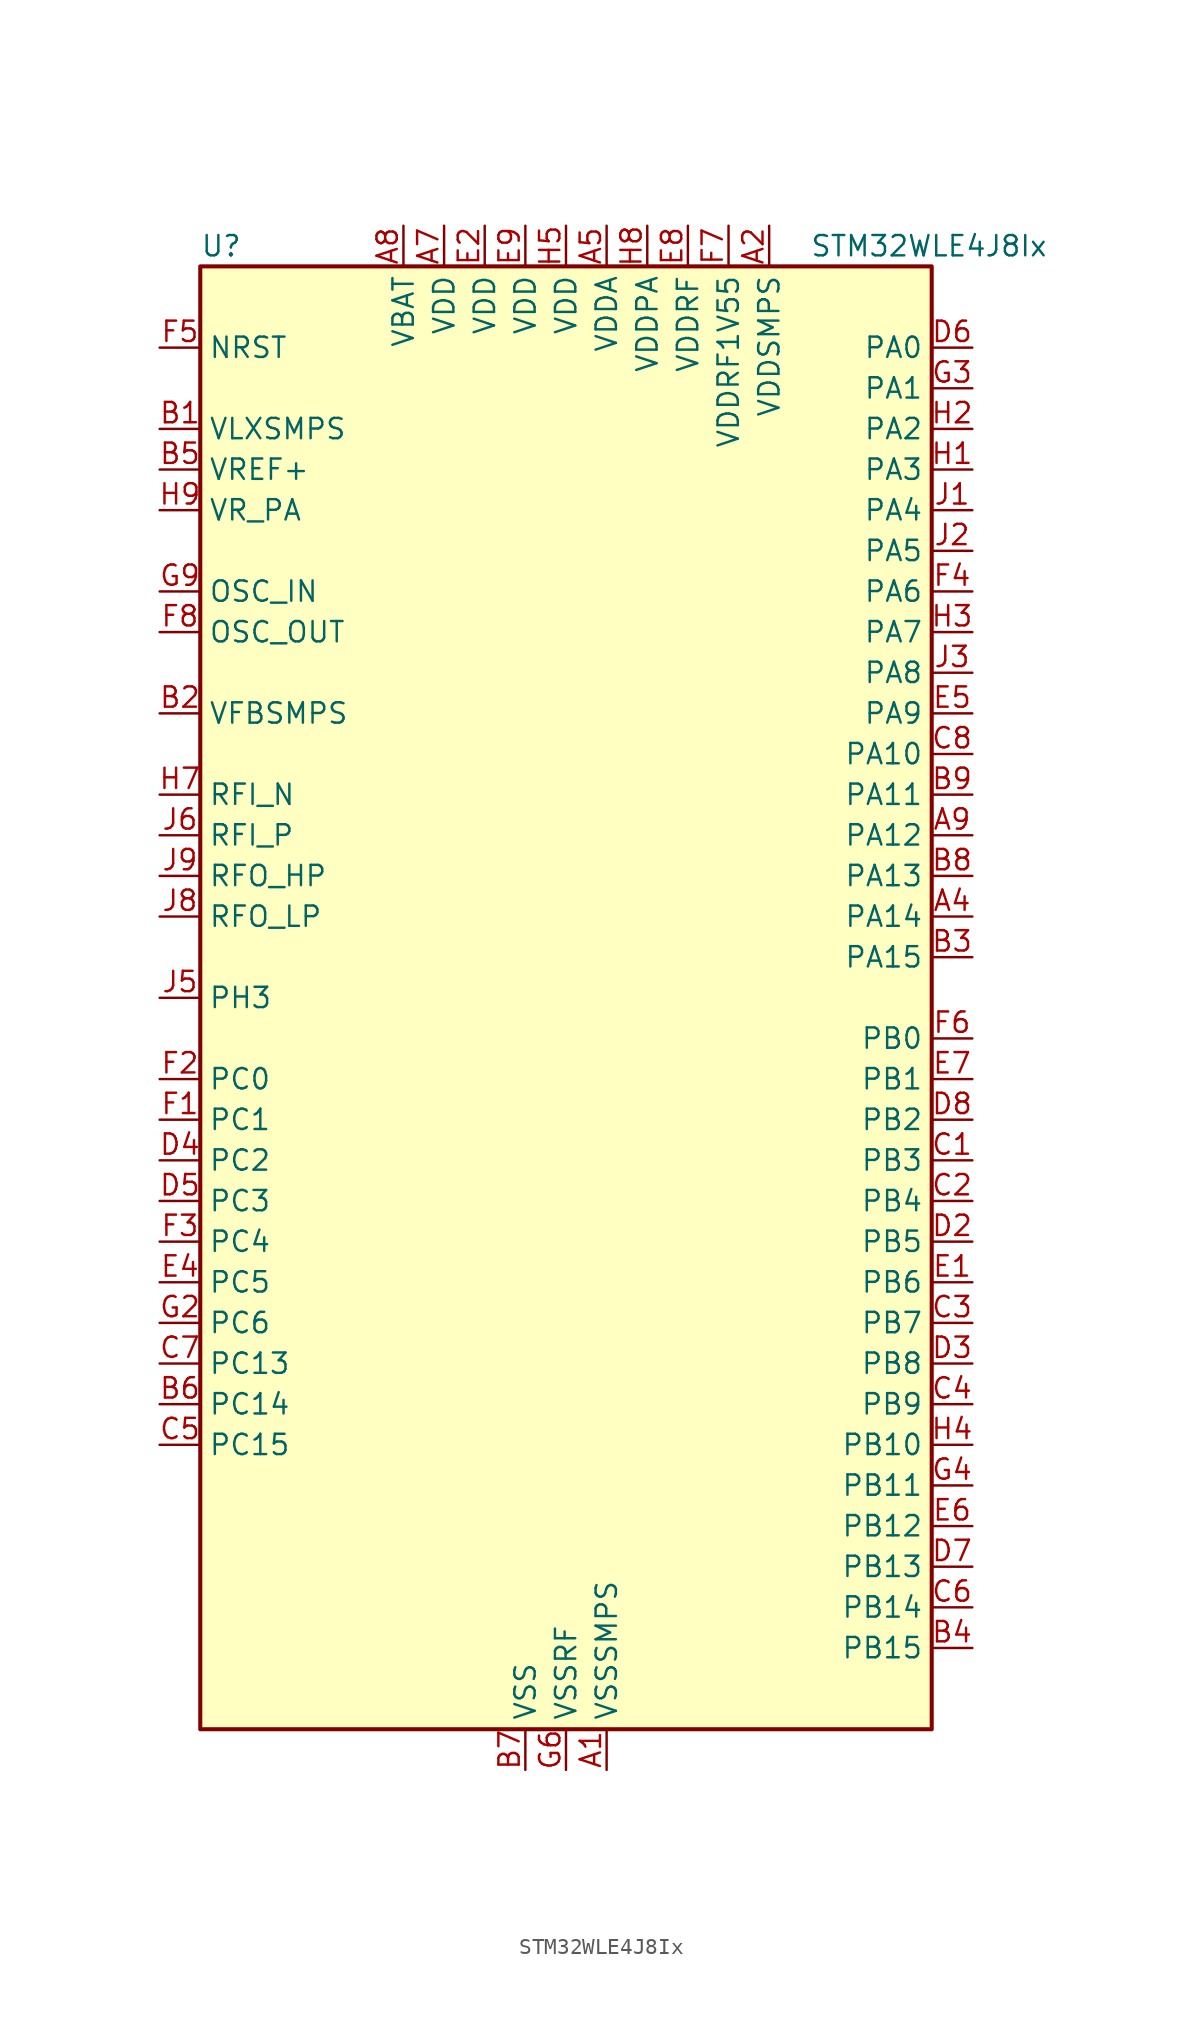
<source format=kicad_sym>
(kicad_symbol_lib
  (version 20241209)
  (generator "kicad_symbol_editor")
  (generator_version "9.0")
  (symbol "STM32WLE4J8Ix"
    (property "Reference" "U"
      (at -22.86 46.99 0)
      (effects (font (size 1.27 1.27)) (justify left)))
    (property "Value" "STM32WLE4J8Ix"
      (at 15.24 46.99 0)
      (effects (font (size 1.27 1.27)) (justify left)))
    (symbol "STM32WLE4J8Ix_0_1"
      (rectangle (start -22.86 -45.72) (end 22.86 45.72) (stroke (width 0.254) (type default)) (fill (type background))))
    (symbol "STM32WLE4J8Ix_1_1"
      (pin input line (at -25.4 40.64 0) (length 2.54) (name "NRST" (effects (font (size 1.27 1.27)))) (number "F5" (effects (font (size 1.27 1.27)))))
      (pin power_in line (at -25.4 35.56 0) (length 2.54) (name "VLXSMPS" (effects (font (size 1.27 1.27)))) (number "B1" (effects (font (size 1.27 1.27)))))
      (pin input line (at -25.4 33.02 0) (length 2.54) (name "VREF+" (effects (font (size 1.27 1.27)))) (number "B5" (effects (font (size 1.27 1.27)))) (alternate "VREFBUF_OUT" bidirectional line))
      (pin power_in line (at -25.4 30.48 0) (length 2.54) (name "VR_PA" (effects (font (size 1.27 1.27)))) (number "H9" (effects (font (size 1.27 1.27)))))
      (pin input line (at -25.4 25.4 0) (length 2.54) (name "OSC_IN" (effects (font (size 1.27 1.27)))) (number "G9" (effects (font (size 1.27 1.27)))) (alternate "RCC_OSC_IN" bidirectional line))
      (pin input line (at -25.4 22.86 0) (length 2.54) (name "OSC_OUT" (effects (font (size 1.27 1.27)))) (number "F8" (effects (font (size 1.27 1.27)))) (alternate "RCC_OSC_OUT" bidirectional line))
      (pin input line (at -25.4 17.78 0) (length 2.54) (name "VFBSMPS" (effects (font (size 1.27 1.27)))) (number "B2" (effects (font (size 1.27 1.27)))))
      (pin bidirectional line (at -25.4 12.7 0) (length 2.54) (name "RFI_N" (effects (font (size 1.27 1.27)))) (number "H7" (effects (font (size 1.27 1.27)))))
      (pin bidirectional line (at -25.4 10.16 0) (length 2.54) (name "RFI_P" (effects (font (size 1.27 1.27)))) (number "J6" (effects (font (size 1.27 1.27)))))
      (pin bidirectional line (at -25.4 7.62 0) (length 2.54) (name "RFO_HP" (effects (font (size 1.27 1.27)))) (number "J9" (effects (font (size 1.27 1.27)))))
      (pin bidirectional line (at -25.4 5.08 0) (length 2.54) (name "RFO_LP" (effects (font (size 1.27 1.27)))) (number "J8" (effects (font (size 1.27 1.27)))))
      (pin bidirectional line (at -25.4 0 0) (length 2.54) (name "PH3" (effects (font (size 1.27 1.27)))) (number "J5" (effects (font (size 1.27 1.27)))))
      (pin bidirectional line (at -25.4 -5.08 0) (length 2.54) (name "PC0" (effects (font (size 1.27 1.27)))) (number "F2" (effects (font (size 1.27 1.27)))) (alternate "I2C3_SCL" bidirectional line) (alternate "LPTIM1_IN1" bidirectional line) (alternate "LPTIM2_IN1" bidirectional line) (alternate "LPUART1_RX" bidirectional line))
      (pin bidirectional line (at -25.4 -7.62 0) (length 2.54) (name "PC1" (effects (font (size 1.27 1.27)))) (number "F1" (effects (font (size 1.27 1.27)))) (alternate "I2C3_SDA" bidirectional line) (alternate "I2S2_SD" bidirectional line) (alternate "LPTIM1_OUT" bidirectional line) (alternate "LPUART1_TX" bidirectional line) (alternate "SPI2_MOSI" bidirectional line))
      (pin bidirectional line (at -25.4 -10.16 0) (length 2.54) (name "PC2" (effects (font (size 1.27 1.27)))) (number "D4" (effects (font (size 1.27 1.27)))) (alternate "LPTIM1_IN2" bidirectional line) (alternate "SPI2_MISO" bidirectional line))
      (pin bidirectional line (at -25.4 -12.7 0) (length 2.54) (name "PC3" (effects (font (size 1.27 1.27)))) (number "D5" (effects (font (size 1.27 1.27)))) (alternate "I2S2_SD" bidirectional line) (alternate "LPTIM1_ETR" bidirectional line) (alternate "LPTIM2_ETR" bidirectional line) (alternate "SPI2_MOSI" bidirectional line))
      (pin bidirectional line (at -25.4 -15.24 0) (length 2.54) (name "PC4" (effects (font (size 1.27 1.27)))) (number "F3" (effects (font (size 1.27 1.27)))))
      (pin bidirectional line (at -25.4 -17.78 0) (length 2.54) (name "PC5" (effects (font (size 1.27 1.27)))) (number "E4" (effects (font (size 1.27 1.27)))))
      (pin bidirectional line (at -25.4 -20.32 0) (length 2.54) (name "PC6" (effects (font (size 1.27 1.27)))) (number "G2" (effects (font (size 1.27 1.27)))) (alternate "I2S2_MCK" bidirectional line))
      (pin bidirectional line (at -25.4 -22.86 0) (length 2.54) (name "PC13" (effects (font (size 1.27 1.27)))) (number "C7" (effects (font (size 1.27 1.27)))) (alternate "PWR_WKUP2" bidirectional line) (alternate "RTC_OUT1" bidirectional line) (alternate "RTC_TAMP_IN1" bidirectional line) (alternate "RTC_TS" bidirectional line))
      (pin bidirectional line (at -25.4 -25.4 0) (length 2.54) (name "PC14" (effects (font (size 1.27 1.27)))) (number "B6" (effects (font (size 1.27 1.27)))) (alternate "RCC_OSC32_IN" bidirectional line))
      (pin bidirectional line (at -25.4 -27.94 0) (length 2.54) (name "PC15" (effects (font (size 1.27 1.27)))) (number "C5" (effects (font (size 1.27 1.27)))) (alternate "RCC_OSC32_OUT" bidirectional line))
      (pin power_in line (at -10.16 48.26 270) (length 2.54) (name "VBAT" (effects (font (size 1.27 1.27)))) (number "A8" (effects (font (size 1.27 1.27)))))
      (pin power_in line (at -7.62 48.26 270) (length 2.54) (name "VDD" (effects (font (size 1.27 1.27)))) (number "A7" (effects (font (size 1.27 1.27)))))
      (pin power_in line (at -5.08 48.26 270) (length 2.54) (name "VDD" (effects (font (size 1.27 1.27)))) (number "E2" (effects (font (size 1.27 1.27)))))
      (pin power_in line (at -2.54 48.26 270) (length 2.54) (name "VDD" (effects (font (size 1.27 1.27)))) (number "E9" (effects (font (size 1.27 1.27)))))
      (pin power_in line (at -2.54 -48.26 90) (length 2.54) (name "VSS" (effects (font (size 1.27 1.27)))) (number "B7" (effects (font (size 1.27 1.27)))))
      (pin passive line (at -2.54 -48.26 90) (length 2.54) (hide yes) (name "VSS" (effects (font (size 1.27 1.27)))) (number "D9" (effects (font (size 1.27 1.27)))))
      (pin passive line (at -2.54 -48.26 90) (length 2.54) (hide yes) (name "VSS" (effects (font (size 1.27 1.27)))) (number "E3" (effects (font (size 1.27 1.27)))))
      (pin passive line (at -2.54 -48.26 90) (length 2.54) (hide yes) (name "VSS" (effects (font (size 1.27 1.27)))) (number "G5" (effects (font (size 1.27 1.27)))))
      (pin power_in line (at 0 48.26 270) (length 2.54) (name "VDD" (effects (font (size 1.27 1.27)))) (number "H5" (effects (font (size 1.27 1.27)))))
      (pin power_in line (at 0 -48.26 90) (length 2.54) (name "VSSRF" (effects (font (size 1.27 1.27)))) (number "G6" (effects (font (size 1.27 1.27)))))
      (pin passive line (at 0 -48.26 90) (length 2.54) (hide yes) (name "VSSRF" (effects (font (size 1.27 1.27)))) (number "G7" (effects (font (size 1.27 1.27)))))
      (pin passive line (at 0 -48.26 90) (length 2.54) (hide yes) (name "VSSRF" (effects (font (size 1.27 1.27)))) (number "G8" (effects (font (size 1.27 1.27)))))
      (pin passive line (at 0 -48.26 90) (length 2.54) (hide yes) (name "VSSRF" (effects (font (size 1.27 1.27)))) (number "H6" (effects (font (size 1.27 1.27)))))
      (pin power_in line (at 2.54 48.26 270) (length 2.54) (name "VDDA" (effects (font (size 1.27 1.27)))) (number "A5" (effects (font (size 1.27 1.27)))))
      (pin power_in line (at 2.54 -48.26 90) (length 2.54) (name "VSSSMPS" (effects (font (size 1.27 1.27)))) (number "A1" (effects (font (size 1.27 1.27)))))
      (pin power_in line (at 5.08 48.26 270) (length 2.54) (name "VDDPA" (effects (font (size 1.27 1.27)))) (number "H8" (effects (font (size 1.27 1.27)))))
      (pin power_in line (at 7.62 48.26 270) (length 2.54) (name "VDDRF" (effects (font (size 1.27 1.27)))) (number "E8" (effects (font (size 1.27 1.27)))))
      (pin power_in line (at 10.16 48.26 270) (length 2.54) (name "VDDRF1V55" (effects (font (size 1.27 1.27)))) (number "F7" (effects (font (size 1.27 1.27)))))
      (pin power_in line (at 12.7 48.26 270) (length 2.54) (name "VDDSMPS" (effects (font (size 1.27 1.27)))) (number "A2" (effects (font (size 1.27 1.27)))))
      (pin bidirectional line (at 25.4 40.64 180) (length 2.54) (name "PA0" (effects (font (size 1.27 1.27)))) (number "D6" (effects (font (size 1.27 1.27)))) (alternate "COMP1_OUT" bidirectional line) (alternate "DEBUG_PWR-REGLP1S" bidirectional line) (alternate "I2C3_SMBA" bidirectional line) (alternate "I2S_CKIN" bidirectional line) (alternate "PWR_WKUP1" bidirectional line) (alternate "RTC_TAMP_IN2" bidirectional line) (alternate "TIM2_CH1" bidirectional line) (alternate "TIM2_ETR" bidirectional line) (alternate "USART2_CTS" bidirectional line) (alternate "USART2_NSS" bidirectional line))
      (pin bidirectional line (at 25.4 38.1 180) (length 2.54) (name "PA1" (effects (font (size 1.27 1.27)))) (number "G3" (effects (font (size 1.27 1.27)))) (alternate "DEBUG_PWR-REGLP2S" bidirectional line) (alternate "I2C1_SMBA" bidirectional line) (alternate "LPTIM3_OUT" bidirectional line) (alternate "LPUART1_RTS" bidirectional line) (alternate "SPI1_SCK" bidirectional line) (alternate "TIM2_CH2" bidirectional line) (alternate "USART2_DE" bidirectional line) (alternate "USART2_RTS" bidirectional line))
      (pin bidirectional line (at 25.4 35.56 180) (length 2.54) (name "PA2" (effects (font (size 1.27 1.27)))) (number "H2" (effects (font (size 1.27 1.27)))) (alternate "COMP2_OUT" bidirectional line) (alternate "DEBUG_PWR-LDORDY" bidirectional line) (alternate "LPUART1_TX" bidirectional line) (alternate "RCC_LSCO" bidirectional line) (alternate "TIM2_CH3" bidirectional line) (alternate "USART2_TX" bidirectional line))
      (pin bidirectional line (at 25.4 33.02 180) (length 2.54) (name "PA3" (effects (font (size 1.27 1.27)))) (number "H1" (effects (font (size 1.27 1.27)))) (alternate "I2S2_MCK" bidirectional line) (alternate "LPUART1_RX" bidirectional line) (alternate "TIM2_CH4" bidirectional line) (alternate "USART2_RX" bidirectional line))
      (pin bidirectional line (at 25.4 30.48 180) (length 2.54) (name "PA4" (effects (font (size 1.27 1.27)))) (number "J1" (effects (font (size 1.27 1.27)))) (alternate "DEBUG_SUBGHZSPI-NSSOUT" bidirectional line) (alternate "LPTIM1_OUT" bidirectional line) (alternate "LPTIM2_OUT" bidirectional line) (alternate "RTC_OUT2" bidirectional line) (alternate "SPI1_NSS" bidirectional line) (alternate "USART2_CK" bidirectional line))
      (pin bidirectional line (at 25.4 27.94 180) (length 2.54) (name "PA5" (effects (font (size 1.27 1.27)))) (number "J2" (effects (font (size 1.27 1.27)))) (alternate "DEBUG_SUBGHZSPI-SCKOUT" bidirectional line) (alternate "LPTIM2_ETR" bidirectional line) (alternate "SPI1_SCK" bidirectional line) (alternate "SPI2_MISO" bidirectional line) (alternate "TIM2_CH1" bidirectional line) (alternate "TIM2_ETR" bidirectional line))
      (pin bidirectional line (at 25.4 25.4 180) (length 2.54) (name "PA6" (effects (font (size 1.27 1.27)))) (number "F4" (effects (font (size 1.27 1.27)))) (alternate "DEBUG_SUBGHZSPI-MISOOUT" bidirectional line) (alternate "I2C2_SMBA" bidirectional line) (alternate "LPUART1_CTS" bidirectional line) (alternate "SPI1_MISO" bidirectional line) (alternate "TIM16_CH1" bidirectional line) (alternate "TIM1_BKIN" bidirectional line))
      (pin bidirectional line (at 25.4 22.86 180) (length 2.54) (name "PA7" (effects (font (size 1.27 1.27)))) (number "H3" (effects (font (size 1.27 1.27)))) (alternate "COMP2_OUT" bidirectional line) (alternate "DEBUG_SUBGHZSPI-MOSIOUT" bidirectional line) (alternate "I2C3_SCL" bidirectional line) (alternate "SPI1_MOSI" bidirectional line) (alternate "TIM17_CH1" bidirectional line) (alternate "TIM1_CH1N" bidirectional line))
      (pin bidirectional line (at 25.4 20.32 180) (length 2.54) (name "PA8" (effects (font (size 1.27 1.27)))) (number "J3" (effects (font (size 1.27 1.27)))) (alternate "I2S2_CK" bidirectional line) (alternate "LPTIM2_OUT" bidirectional line) (alternate "RCC_MCO" bidirectional line) (alternate "SPI2_SCK" bidirectional line) (alternate "TIM1_CH1" bidirectional line) (alternate "USART1_CK" bidirectional line))
      (pin bidirectional line (at 25.4 17.78 180) (length 2.54) (name "PA9" (effects (font (size 1.27 1.27)))) (number "E5" (effects (font (size 1.27 1.27)))) (alternate "DAC_EXTI9" bidirectional line) (alternate "I2C1_SCL" bidirectional line) (alternate "I2S2_CK" bidirectional line) (alternate "I2S2_WS" bidirectional line) (alternate "SPI2_NSS" bidirectional line) (alternate "SPI2_SCK" bidirectional line) (alternate "TIM1_CH2" bidirectional line) (alternate "USART1_TX" bidirectional line))
      (pin bidirectional line (at 25.4 15.24 180) (length 2.54) (name "PA10" (effects (font (size 1.27 1.27)))) (number "C8" (effects (font (size 1.27 1.27)))) (alternate "ADC_IN6" bidirectional line) (alternate "COMP1_INM" bidirectional line) (alternate "COMP2_INM" bidirectional line) (alternate "DAC_OUT1" bidirectional line) (alternate "DEBUG_RF-HSE32RDY" bidirectional line) (alternate "I2C1_SDA" bidirectional line) (alternate "I2S2_SD" bidirectional line) (alternate "RTC_REFIN" bidirectional line) (alternate "SPI2_MOSI" bidirectional line) (alternate "TIM17_BKIN" bidirectional line) (alternate "TIM1_CH3" bidirectional line) (alternate "USART1_RX" bidirectional line))
      (pin bidirectional line (at 25.4 12.7 180) (length 2.54) (name "PA11" (effects (font (size 1.27 1.27)))) (number "B9" (effects (font (size 1.27 1.27)))) (alternate "ADC_EXTI11" bidirectional line) (alternate "ADC_IN7" bidirectional line) (alternate "COMP1_INM" bidirectional line) (alternate "COMP2_INM" bidirectional line) (alternate "DEBUG_RF-NRESET" bidirectional line) (alternate "I2C2_SDA" bidirectional line) (alternate "LPTIM3_ETR" bidirectional line) (alternate "SPI1_MISO" bidirectional line) (alternate "TIM1_BKIN2" bidirectional line) (alternate "TIM1_CH4" bidirectional line) (alternate "USART1_CTS" bidirectional line) (alternate "USART1_NSS" bidirectional line))
      (pin bidirectional line (at 25.4 10.16 180) (length 2.54) (name "PA12" (effects (font (size 1.27 1.27)))) (number "A9" (effects (font (size 1.27 1.27)))) (alternate "ADC_IN8" bidirectional line) (alternate "DEBUG_RF-BUSY" bidirectional line) (alternate "I2C2_SCL" bidirectional line) (alternate "LPTIM3_IN1" bidirectional line) (alternate "SPI1_MOSI" bidirectional line) (alternate "TIM1_ETR" bidirectional line) (alternate "USART1_DE" bidirectional line) (alternate "USART1_RTS" bidirectional line))
      (pin bidirectional line (at 25.4 7.62 180) (length 2.54) (name "PA13" (effects (font (size 1.27 1.27)))) (number "B8" (effects (font (size 1.27 1.27)))) (alternate "ADC_IN9" bidirectional line) (alternate "DEBUG_JTMS-SWDIO" bidirectional line) (alternate "I2C2_SMBA" bidirectional line) (alternate "IR_OUT" bidirectional line))
      (pin bidirectional line (at 25.4 5.08 180) (length 2.54) (name "PA14" (effects (font (size 1.27 1.27)))) (number "A4" (effects (font (size 1.27 1.27)))) (alternate "ADC_IN10" bidirectional line) (alternate "DEBUG_JTCK-SWCLK" bidirectional line) (alternate "I2C1_SMBA" bidirectional line) (alternate "LPTIM1_OUT" bidirectional line))
      (pin bidirectional line (at 25.4 2.54 180) (length 2.54) (name "PA15" (effects (font (size 1.27 1.27)))) (number "B3" (effects (font (size 1.27 1.27)))) (alternate "ADC_IN11" bidirectional line) (alternate "COMP1_INM" bidirectional line) (alternate "COMP2_INP" bidirectional line) (alternate "DEBUG_JTDI" bidirectional line) (alternate "I2C2_SDA" bidirectional line) (alternate "SPI1_NSS" bidirectional line) (alternate "TIM2_CH1" bidirectional line) (alternate "TIM2_ETR" bidirectional line))
      (pin bidirectional line (at 25.4 -2.54 180) (length 2.54) (name "PB0" (effects (font (size 1.27 1.27)))) (number "F6" (effects (font (size 1.27 1.27)))) (alternate "COMP1_OUT" bidirectional line) (alternate "VDDTCXO" bidirectional line))
      (pin bidirectional line (at 25.4 -5.08 180) (length 2.54) (name "PB1" (effects (font (size 1.27 1.27)))) (number "E7" (effects (font (size 1.27 1.27)))) (alternate "ADC_IN5" bidirectional line) (alternate "COMP2_INP" bidirectional line) (alternate "LPTIM2_IN1" bidirectional line) (alternate "LPUART1_DE" bidirectional line) (alternate "LPUART1_RTS" bidirectional line))
      (pin bidirectional line (at 25.4 -7.62 180) (length 2.54) (name "PB2" (effects (font (size 1.27 1.27)))) (number "D8" (effects (font (size 1.27 1.27)))) (alternate "ADC_IN4" bidirectional line) (alternate "COMP1_INP" bidirectional line) (alternate "COMP2_INM" bidirectional line) (alternate "DEBUG_RF-SMPSRDY" bidirectional line) (alternate "I2C3_SMBA" bidirectional line) (alternate "LPTIM1_OUT" bidirectional line) (alternate "SPI1_NSS" bidirectional line))
      (pin bidirectional line (at 25.4 -10.16 180) (length 2.54) (name "PB3" (effects (font (size 1.27 1.27)))) (number "C1" (effects (font (size 1.27 1.27)))) (alternate "ADC_IN2" bidirectional line) (alternate "COMP1_INM" bidirectional line) (alternate "COMP2_INM" bidirectional line) (alternate "DEBUG_JTDO-SWO" bidirectional line) (alternate "DEBUG_RF-DTB1" bidirectional line) (alternate "PWR_WKUP3" bidirectional line) (alternate "RTC_TAMP_IN3" bidirectional line) (alternate "SPI1_SCK" bidirectional line) (alternate "TIM2_CH2" bidirectional line) (alternate "USART1_DE" bidirectional line) (alternate "USART1_RTS" bidirectional line))
      (pin bidirectional line (at 25.4 -12.7 180) (length 2.54) (name "PB4" (effects (font (size 1.27 1.27)))) (number "C2" (effects (font (size 1.27 1.27)))) (alternate "ADC_IN3" bidirectional line) (alternate "COMP1_INP" bidirectional line) (alternate "COMP2_INP" bidirectional line) (alternate "DEBUG_JTRST" bidirectional line) (alternate "DEBUG_RF-LDORDY" bidirectional line) (alternate "I2C3_SDA" bidirectional line) (alternate "SPI1_MISO" bidirectional line) (alternate "TIM17_BKIN" bidirectional line) (alternate "USART1_CTS" bidirectional line) (alternate "USART1_NSS" bidirectional line))
      (pin bidirectional line (at 25.4 -15.24 180) (length 2.54) (name "PB5" (effects (font (size 1.27 1.27)))) (number "D2" (effects (font (size 1.27 1.27)))) (alternate "COMP2_OUT" bidirectional line) (alternate "I2C1_SMBA" bidirectional line) (alternate "LPTIM1_IN1" bidirectional line) (alternate "SPI1_MOSI" bidirectional line) (alternate "TIM16_BKIN" bidirectional line) (alternate "USART1_CK" bidirectional line))
      (pin bidirectional line (at 25.4 -17.78 180) (length 2.54) (name "PB6" (effects (font (size 1.27 1.27)))) (number "E1" (effects (font (size 1.27 1.27)))) (alternate "I2C1_SCL" bidirectional line) (alternate "LPTIM1_ETR" bidirectional line) (alternate "TIM16_CH1N" bidirectional line) (alternate "USART1_TX" bidirectional line))
      (pin bidirectional line (at 25.4 -20.32 180) (length 2.54) (name "PB7" (effects (font (size 1.27 1.27)))) (number "C3" (effects (font (size 1.27 1.27)))) (alternate "I2C1_SDA" bidirectional line) (alternate "LPTIM1_IN2" bidirectional line) (alternate "PWR_PVD_IN" bidirectional line) (alternate "TIM17_CH1N" bidirectional line) (alternate "TIM1_BKIN" bidirectional line) (alternate "USART1_RX" bidirectional line))
      (pin bidirectional line (at 25.4 -22.86 180) (length 2.54) (name "PB8" (effects (font (size 1.27 1.27)))) (number "D3" (effects (font (size 1.27 1.27)))) (alternate "I2C1_SCL" bidirectional line) (alternate "TIM16_CH1" bidirectional line) (alternate "TIM1_CH2N" bidirectional line))
      (pin bidirectional line (at 25.4 -25.4 180) (length 2.54) (name "PB9" (effects (font (size 1.27 1.27)))) (number "C4" (effects (font (size 1.27 1.27)))) (alternate "DAC_EXTI9" bidirectional line) (alternate "I2C1_SDA" bidirectional line) (alternate "I2S2_WS" bidirectional line) (alternate "IR_OUT" bidirectional line) (alternate "SPI2_NSS" bidirectional line) (alternate "TIM17_CH1" bidirectional line) (alternate "TIM1_CH3N" bidirectional line))
      (pin bidirectional line (at 25.4 -27.94 180) (length 2.54) (name "PB10" (effects (font (size 1.27 1.27)))) (number "H4" (effects (font (size 1.27 1.27)))) (alternate "COMP1_OUT" bidirectional line) (alternate "I2C3_SCL" bidirectional line) (alternate "I2S2_CK" bidirectional line) (alternate "LPUART1_RX" bidirectional line) (alternate "SPI2_SCK" bidirectional line) (alternate "TIM2_CH3" bidirectional line))
      (pin bidirectional line (at 25.4 -30.48 180) (length 2.54) (name "PB11" (effects (font (size 1.27 1.27)))) (number "G4" (effects (font (size 1.27 1.27)))) (alternate "ADC_EXTI11" bidirectional line) (alternate "COMP2_OUT" bidirectional line) (alternate "I2C3_SDA" bidirectional line) (alternate "LPUART1_TX" bidirectional line) (alternate "TIM2_CH4" bidirectional line))
      (pin bidirectional line (at 25.4 -33.02 180) (length 2.54) (name "PB12" (effects (font (size 1.27 1.27)))) (number "E6" (effects (font (size 1.27 1.27)))) (alternate "I2C3_SMBA" bidirectional line) (alternate "I2S2_WS" bidirectional line) (alternate "LPUART1_RTS" bidirectional line) (alternate "SPI2_NSS" bidirectional line) (alternate "TIM1_BKIN" bidirectional line))
      (pin bidirectional line (at 25.4 -35.56 180) (length 2.54) (name "PB13" (effects (font (size 1.27 1.27)))) (number "D7" (effects (font (size 1.27 1.27)))) (alternate "ADC_IN0" bidirectional line) (alternate "I2C3_SCL" bidirectional line) (alternate "I2S2_CK" bidirectional line) (alternate "LPUART1_CTS" bidirectional line) (alternate "SPI2_SCK" bidirectional line) (alternate "TIM1_CH1N" bidirectional line))
      (pin bidirectional line (at 25.4 -38.1 180) (length 2.54) (name "PB14" (effects (font (size 1.27 1.27)))) (number "C6" (effects (font (size 1.27 1.27)))) (alternate "ADC_IN1" bidirectional line) (alternate "I2C3_SDA" bidirectional line) (alternate "I2S2_MCK" bidirectional line) (alternate "SPI2_MISO" bidirectional line) (alternate "TIM1_CH2N" bidirectional line))
      (pin bidirectional line (at 25.4 -40.64 180) (length 2.54) (name "PB15" (effects (font (size 1.27 1.27)))) (number "B4" (effects (font (size 1.27 1.27)))) (alternate "I2C2_SCL" bidirectional line) (alternate "I2S2_SD" bidirectional line) (alternate "SPI2_MOSI" bidirectional line) (alternate "TIM1_CH3N" bidirectional line)))))
</source>
